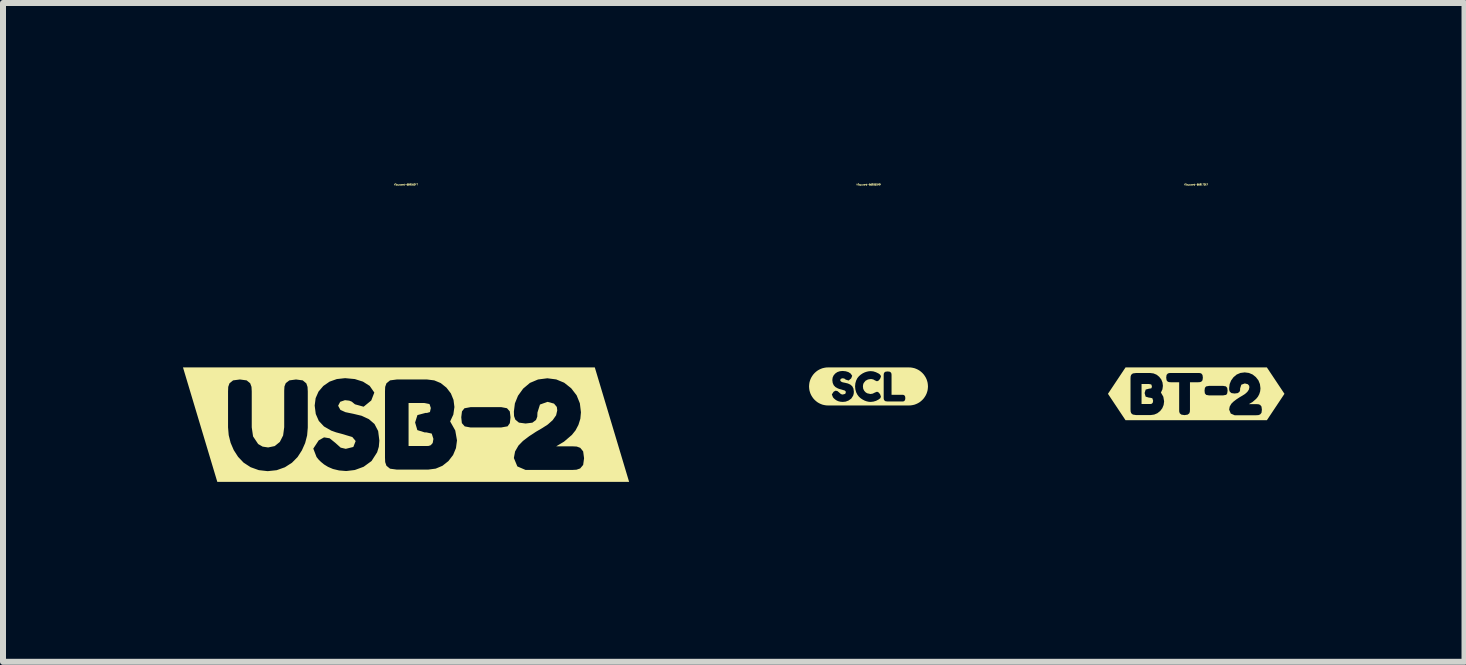
<source format=kicad_pcb>
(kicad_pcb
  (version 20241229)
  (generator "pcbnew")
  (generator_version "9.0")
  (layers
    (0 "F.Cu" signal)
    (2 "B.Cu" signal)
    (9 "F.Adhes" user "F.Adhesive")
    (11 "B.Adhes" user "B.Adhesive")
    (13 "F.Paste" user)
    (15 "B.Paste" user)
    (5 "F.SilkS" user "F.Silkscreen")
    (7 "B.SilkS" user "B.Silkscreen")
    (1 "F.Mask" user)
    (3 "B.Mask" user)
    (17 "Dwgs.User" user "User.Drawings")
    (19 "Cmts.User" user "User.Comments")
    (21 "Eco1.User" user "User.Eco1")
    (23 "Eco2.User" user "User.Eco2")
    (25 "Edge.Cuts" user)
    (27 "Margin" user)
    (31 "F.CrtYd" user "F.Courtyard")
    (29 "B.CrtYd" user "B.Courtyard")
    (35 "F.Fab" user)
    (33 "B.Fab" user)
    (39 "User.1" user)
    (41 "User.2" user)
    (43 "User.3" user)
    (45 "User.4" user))
  (footprint "kibuzzard-669170EF"
    (layer "F.Cu")
    (at 16.888 3.514)
    (property "Reference" "kibuzzard-669170EF" (at 0 -3.488 0) (layer "F.SilkS") (effects (font (size 0.025 0.025) (thickness 0.15))))
    (attr board_only exclude_from_pos_files exclude_from_bom)
    (fp_poly (pts (xy -0.911 0.17) (xy -0.768 0.17) (xy -0.754 0.169) (xy -0.739 0.164) (xy -0.724 0.147) (xy -0.718 0.115) (xy -0.731 0.074) (xy -0.773 0.064) (xy -0.786 0.064) (xy -0.843 0.047) (xy -0.86 -0.013) (xy -0.842 -0.071) (xy -0.781 -0.087) (xy -0.769 -0.087) (xy -0.745 -0.094) (xy -0.738 -0.125) (xy -0.749 -0.156) (xy -0.79 -0.164) (xy -0.911 -0.164) (xy -0.911 0.17)) (stroke (width 0) (type solid)) (fill yes) (layer "F.SilkS"))
    (fp_poly (pts (xy -1.095 -0.44) (xy -1.178 -0.44) (xy -1.471 0) (xy -1.178 0.44) (xy -1.095 0.44) (xy -1.003 0.44) (xy -1.003 0.354) (xy -1.056 0.346) (xy -1.084 0.323) (xy -1.093 0.295) (xy -1.095 0.26) (xy -1.095 -0.256) (xy -1.093 -0.29) (xy -1.084 -0.317) (xy -1.056 -0.34) (xy -1.002 -0.347) (xy -0.768 -0.347) (xy -0.712 -0.34) (xy -0.661 -0.319) (xy -0.617 -0.284) (xy -0.582 -0.239) (xy -0.562 -0.189) (xy -0.555 -0.133) (xy -0.563 -0.075) (xy -0.588 -0.021) (xy -0.548 0.049) (xy -0.535 0.126) (xy -0.543 0.186) (xy -0.565 0.24) (xy -0.601 0.287) (xy -0.648 0.324) (xy -0.7 0.346) (xy -0.758 0.354) (xy -1.003 0.354) (xy -1.003 0.44) (xy -0.195 0.44) (xy -0.195 0.355) (xy -0.247 0.347) (xy -0.274 0.325) (xy -0.283 0.298) (xy -0.284 0.264) (xy -0.284 -0.193) (xy -0.424 -0.193) (xy -0.452 -0.195) (xy -0.475 -0.203) (xy -0.494 -0.226) (xy -0.5 -0.271) (xy -0.494 -0.315) (xy -0.474 -0.338) (xy -0.451 -0.346) (xy -0.423 -0.347) (xy 0.035 -0.347) (xy 0.064 -0.346) (xy 0.086 -0.338) (xy 0.105 -0.314) (xy 0.111 -0.27) (xy 0.105 -0.226) (xy 0.086 -0.203) (xy 0.063 -0.195) (xy 0.034 -0.193) (xy -0.104 -0.193) (xy -0.104 0.265) (xy -0.106 0.299) (xy -0.115 0.325) (xy -0.143 0.347) (xy -0.195 0.355) (xy -0.195 0.44) (xy 0.45 0.44) (xy 0.45 0.026) (xy 0.211 0.026) (xy 0.166 0.018) (xy 0.144 -0.008) (xy 0.139 -0.054) (xy 0.145 -0.099) (xy 0.164 -0.123) (xy 0.212 -0.132) (xy 0.451 -0.132) (xy 0.495 -0.124) (xy 0.517 -0.099) (xy 0.523 -0.053) (xy 0.517 -0.008) (xy 0.5 0.017) (xy 0.45 0.026) (xy 0.45 0.44) (xy 0.64 0.44) (xy 0.64 0.357) (xy 0.576 0.329) (xy 0.549 0.263) (xy 0.558 0.213) (xy 0.585 0.166) (xy 0.62 0.131) (xy 0.668 0.094) (xy 0.721 0.059) (xy 0.769 0.031) (xy 0.813 0.003) (xy 0.851 -0.031) (xy 0.877 -0.069) (xy 0.886 -0.107) (xy 0.883 -0.134) (xy 0.861 -0.16) (xy 0.81 -0.173) (xy 0.752 -0.152) (xy 0.732 -0.09) (xy 0.731 -0.058) (xy 0.721 -0.033) (xy 0.693 -0.012) (xy 0.64 -0.005) (xy 0.588 -0.012) (xy 0.56 -0.035) (xy 0.55 -0.063) (xy 0.549 -0.097) (xy 0.557 -0.161) (xy 0.581 -0.221) (xy 0.621 -0.276) (xy 0.674 -0.321) (xy 0.737 -0.348) (xy 0.809 -0.357) (xy 0.878 -0.348) (xy 0.94 -0.322) (xy 0.994 -0.279) (xy 1.037 -0.224) (xy 1.062 -0.162) (xy 1.071 -0.092) (xy 1.066 -0.042) (xy 1.051 0.006) (xy 1.028 0.049) (xy 0.999 0.084) (xy 0.938 0.137) (xy 0.878 0.172) (xy 1.003 0.172) (xy 1.038 0.174) (xy 1.065 0.184) (xy 1.088 0.212) (xy 1.095 0.265) (xy 1.088 0.317) (xy 1.065 0.344) (xy 1.036 0.355) (xy 1.001 0.357) (xy 0.64 0.357) (xy 0.64 0.44) (xy 1.095 0.44) (xy 1.178 0.44) (xy 1.471 0) (xy 1.178 -0.44) (xy 1.095 -0.44) (xy -1.095 -0.44)) (stroke (width 0) (type solid)) (fill yes) (layer "F.SilkS")))
  (footprint "kibuzzard-66916DF7"
    (layer "F.Cu")
    (at 3.718 4.028)
    (property "Reference" "kibuzzard-66916DF7" (at 0 -4.002 0) (layer "F.SilkS") (effects (font (size 0.025 0.025) (thickness 0.15))))
    (attr board_only exclude_from_pos_files exclude_from_bom)
    (fp_poly (pts (xy 0.042 0.356) (xy 0.349 0.356) (xy 0.379 0.354) (xy 0.412 0.342) (xy 0.444 0.306) (xy 0.456 0.238) (xy 0.428 0.149) (xy 0.338 0.129) (xy 0.31 0.129) (xy 0.188 0.091) (xy 0.151 -0.036) (xy 0.19 -0.16) (xy 0.321 -0.195) (xy 0.347 -0.195) (xy 0.398 -0.21) (xy 0.413 -0.277) (xy 0.391 -0.343) (xy 0.302 -0.361) (xy 0.042 -0.361) (xy 0.042 0.356)) (stroke (width 0) (type solid)) (fill yes) (layer "F.SilkS"))
    (fp_poly (pts (xy -2.967 -0.954) (xy -3.146 -0.954) (xy -3.718 -0.954) (xy -3.146 0.954) (xy -2.967 0.954) (xy -2.306 0.954) (xy -2.306 0.775) (xy -2.455 0.758) (xy -2.591 0.709) (xy -2.708 0.633) (xy -2.8 0.536) (xy -2.872 0.424) (xy -2.924 0.303) (xy -2.956 0.175) (xy -2.967 0.045) (xy -2.967 -0.556) (xy -2.964 -0.63) (xy -2.943 -0.689) (xy -2.883 -0.738) (xy -2.769 -0.753) (xy -2.657 -0.738) (xy -2.598 -0.69) (xy -2.576 -0.63) (xy -2.572 -0.554) (xy -2.572 0.045) (xy -2.55 0.196) (xy -2.465 0.323) (xy -2.391 0.366) (xy -2.299 0.38) (xy -2.189 0.357) (xy -2.104 0.288) (xy -2.049 0.18) (xy -2.031 0.043) (xy -2.031 -0.567) (xy -2.027 -0.636) (xy -2.005 -0.692) (xy -1.945 -0.738) (xy -1.834 -0.753) (xy -1.722 -0.738) (xy -1.662 -0.688) (xy -1.642 -0.628) (xy -1.638 -0.554) (xy -1.638 0.049) (xy -1.649 0.179) (xy -1.682 0.307) (xy -1.736 0.428) (xy -1.808 0.54) (xy -1.902 0.635) (xy -2.019 0.71) (xy -2.156 0.759) (xy -2.306 0.775) (xy -2.306 0.954) (xy -0.997 0.954) (xy -0.997 0.773) (xy -1.117 0.763) (xy -1.218 0.739) (xy -1.3 0.704) (xy -1.367 0.663) (xy -1.418 0.621) (xy -1.456 0.584) (xy -1.48 0.554) (xy -1.492 0.539) (xy -1.546 0.399) (xy -1.456 0.262) (xy -1.367 0.212) (xy -1.274 0.227) (xy -1.177 0.305) (xy -1.09 0.383) (xy -1.005 0.403) (xy -0.879 0.372) (xy -0.84 0.273) (xy -0.896 0.206) (xy -1.064 0.156) (xy -1.167 0.128) (xy -1.248 0.099) (xy -1.368 0.03) (xy -1.454 -0.062) (xy -1.505 -0.178) (xy -1.523 -0.318) (xy -1.507 -0.442) (xy -1.459 -0.551) (xy -1.379 -0.645) (xy -1.275 -0.717) (xy -1.154 -0.76) (xy -1.016 -0.775) (xy -0.854 -0.76) (xy -0.718 -0.717) (xy -0.606 -0.646) (xy -0.529 -0.535) (xy -0.58 -0.403) (xy -0.707 -0.299) (xy -0.851 -0.339) (xy -0.876 -0.359) (xy -0.906 -0.384) (xy -0.947 -0.4) (xy -1.018 -0.408) (xy -1.098 -0.381) (xy -1.132 -0.315) (xy -1.094 -0.246) (xy -1.01 -0.208) (xy -0.879 -0.181) (xy -0.741 -0.148) (xy -0.62 -0.092) (xy -0.526 -0.011) (xy -0.465 0.106) (xy -0.445 0.266) (xy -0.454 0.369) (xy -0.482 0.461) (xy -0.575 0.606) (xy -0.707 0.702) (xy -0.854 0.756) (xy -0.997 0.773) (xy -0.997 0.954) (xy -0.156 0.954) (xy -0.156 0.749) (xy -0.267 0.734) (xy -0.327 0.685) (xy -0.348 0.624) (xy -0.351 0.549) (xy -0.351 -0.558) (xy -0.348 -0.63) (xy -0.327 -0.689) (xy -0.267 -0.738) (xy -0.153 -0.753) (xy 0.349 -0.753) (xy 0.47 -0.738) (xy 0.578 -0.693) (xy 0.673 -0.617) (xy 0.747 -0.521) (xy 0.791 -0.413) (xy 0.806 -0.294) (xy 0.788 -0.168) (xy 0.735 -0.054) (xy 0.82 0.097) (xy 0.849 0.262) (xy 0.832 0.391) (xy 0.784 0.506) (xy 0.706 0.607) (xy 0.606 0.686) (xy 0.494 0.733) (xy 0.37 0.749) (xy -0.156 0.749) (xy -0.156 0.954) (xy 1.585 0.954) (xy 1.585 0.047) (xy 1.074 0.047) (xy 0.978 0.029) (xy 0.93 -0.026) (xy 0.92 -0.124) (xy 0.932 -0.221) (xy 0.973 -0.273) (xy 1.076 -0.292) (xy 1.587 -0.292) (xy 1.682 -0.274) (xy 1.729 -0.221) (xy 1.741 -0.122) (xy 1.73 -0.025) (xy 1.692 0.028) (xy 1.585 0.047) (xy 1.585 0.954) (xy 1.992 0.954) (xy 1.992 0.755) (xy 1.855 0.696) (xy 1.797 0.556) (xy 1.817 0.447) (xy 1.874 0.348) (xy 1.949 0.271) (xy 2.053 0.192) (xy 2.166 0.118) (xy 2.269 0.058) (xy 2.362 -0.002) (xy 2.444 -0.075) (xy 2.501 -0.156) (xy 2.52 -0.238) (xy 2.513 -0.295) (xy 2.466 -0.351) (xy 2.357 -0.38) (xy 2.232 -0.335) (xy 2.19 -0.202) (xy 2.187 -0.133) (xy 2.166 -0.078) (xy 2.106 -0.033) (xy 1.992 -0.019) (xy 1.881 -0.034) (xy 1.821 -0.084) (xy 1.8 -0.143) (xy 1.797 -0.217) (xy 1.814 -0.354) (xy 1.866 -0.482) (xy 1.952 -0.601) (xy 2.065 -0.696) (xy 2.2 -0.753) (xy 2.355 -0.773) (xy 2.503 -0.754) (xy 2.636 -0.699) (xy 2.752 -0.607) (xy 2.843 -0.489) (xy 2.897 -0.356) (xy 2.915 -0.206) (xy 2.905 -0.098) (xy 2.873 0.004) (xy 2.825 0.095) (xy 2.763 0.172) (xy 2.632 0.284) (xy 2.503 0.361) (xy 2.771 0.361) (xy 2.845 0.365) (xy 2.903 0.386) (xy 2.952 0.446) (xy 2.967 0.56) (xy 2.952 0.671) (xy 2.902 0.73) (xy 2.841 0.751) (xy 2.767 0.755) (xy 1.992 0.755) (xy 1.992 0.954) (xy 2.967 0.954) (xy 3.146 0.954) (xy 3.718 0.954) (xy 3.146 -0.954) (xy 2.967 -0.954) (xy -2.967 -0.954)) (stroke (width 0) (type solid)) (fill yes) (layer "F.SilkS")))
  (footprint "kibuzzard-66935DA9"
    (layer "F.Cu")
    (at 11.426 3.391)
    (property "Reference" "kibuzzard-66935DA9" (at 0 -3.365 180) (layer "F.SilkS") (effects (font (size 0.025 0.025) (thickness 0.15))))
    (attr board_only exclude_from_pos_files exclude_from_bom)
    (fp_poly (pts (xy -0.614 -0.317) (xy -0.673 -0.317) (xy -0.704 -0.316) (xy -0.735 -0.311) (xy -0.766 -0.304) (xy -0.795 -0.293) (xy -0.823 -0.28) (xy -0.85 -0.264) (xy -0.875 -0.245) (xy -0.898 -0.224) (xy -0.919 -0.201) (xy -0.937 -0.176) (xy -0.953 -0.15) (xy -0.967 -0.121) (xy -0.977 -0.092) (xy -0.985 -0.062) (xy -0.989 -0.031) (xy -0.991 0) (xy -0.989 0.031) (xy -0.985 0.062) (xy -0.977 0.092) (xy -0.967 0.121) (xy -0.953 0.15) (xy -0.937 0.176) (xy -0.919 0.201) (xy -0.898 0.224) (xy -0.875 0.245) (xy -0.85 0.264) (xy -0.823 0.28) (xy -0.795 0.293) (xy -0.766 0.304) (xy -0.735 0.311) (xy -0.704 0.316) (xy -0.673 0.317) (xy -0.614 0.317) (xy -0.428 0.317) (xy -0.428 0.258) (xy -0.468 0.255) (xy -0.501 0.247) (xy -0.529 0.235) (xy -0.551 0.221) (xy -0.568 0.207) (xy -0.581 0.195) (xy -0.589 0.185) (xy -0.593 0.18) (xy -0.611 0.133) (xy -0.581 0.088) (xy -0.551 0.071) (xy -0.52 0.076) (xy -0.488 0.102) (xy -0.459 0.128) (xy -0.431 0.135) (xy -0.388 0.124) (xy -0.376 0.091) (xy -0.394 0.069) (xy -0.45 0.052) (xy -0.484 0.043) (xy -0.511 0.033) (xy -0.552 0.01) (xy -0.58 -0.02) (xy -0.597 -0.059) (xy -0.603 -0.106) (xy -0.598 -0.147) (xy -0.582 -0.183) (xy -0.555 -0.215) (xy -0.52 -0.239) (xy -0.48 -0.253) (xy -0.434 -0.258) (xy -0.38 -0.253) (xy -0.335 -0.239) (xy -0.298 -0.215) (xy -0.272 -0.178) (xy -0.289 -0.134) (xy -0.331 -0.099) (xy -0.379 -0.113) (xy -0.387 -0.119) (xy -0.397 -0.128) (xy -0.411 -0.133) (xy -0.435 -0.136) (xy -0.461 -0.127) (xy -0.473 -0.105) (xy -0.46 -0.082) (xy -0.432 -0.069) (xy -0.388 -0.06) (xy -0.343 -0.049) (xy -0.302 -0.03) (xy -0.271 -0.003) (xy -0.251 0.036) (xy -0.244 0.089) (xy -0.247 0.123) (xy -0.256 0.154) (xy -0.287 0.202) (xy -0.331 0.234) (xy -0.38 0.253) (xy -0.428 0.258) (xy -0.428 0.317) (xy 0.035 0.317) (xy 0.035 0.258) (xy 0.005 0.256) (xy -0.028 0.249) (xy -0.061 0.238) (xy -0.096 0.22) (xy -0.13 0.198) (xy -0.16 0.171) (xy -0.185 0.138) (xy -0.206 0.097) (xy -0.219 0.05) (xy -0.224 -0.003) (xy -0.219 -0.053) (xy -0.206 -0.098) (xy -0.186 -0.138) (xy -0.16 -0.17) (xy -0.13 -0.196) (xy -0.097 -0.218) (xy -0.062 -0.235) (xy -0.028 -0.246) (xy 0.006 -0.253) (xy 0.037 -0.255) (xy 0.08 -0.251) (xy 0.124 -0.237) (xy 0.169 -0.215) (xy 0.188 -0.201) (xy 0.201 -0.186) (xy 0.208 -0.165) (xy 0.192 -0.125) (xy 0.166 -0.096) (xy 0.141 -0.086) (xy 0.102 -0.103) (xy 0.098 -0.106) (xy 0.092 -0.11) (xy 0.085 -0.114) (xy 0.075 -0.117) (xy 0.064 -0.12) (xy 0.049 -0.123) (xy 0.032 -0.123) (xy -0.009 -0.116) (xy -0.049 -0.095) (xy -0.081 -0.056) (xy -0.09 -0.029) (xy -0.093 0.001) (xy -0.088 0.04) (xy -0.071 0.073) (xy -0.048 0.098) (xy -0.022 0.114) (xy 0.032 0.126) (xy 0.07 0.12) (xy 0.106 0.102) (xy 0.142 0.088) (xy 0.166 0.098) (xy 0.192 0.128) (xy 0.207 0.17) (xy 0.197 0.196) (xy 0.168 0.218) (xy 0.126 0.24) (xy 0.081 0.253) (xy 0.035 0.258) (xy 0.035 0.317) (xy 0.318 0.317) (xy 0.318 0.251) (xy 0.281 0.246) (xy 0.261 0.229) (xy 0.254 0.21) (xy 0.253 0.185) (xy 0.253 -0.185) (xy 0.254 -0.209) (xy 0.261 -0.229) (xy 0.281 -0.245) (xy 0.319 -0.25) (xy 0.356 -0.245) (xy 0.376 -0.229) (xy 0.383 -0.209) (xy 0.384 -0.184) (xy 0.384 0.139) (xy 0.559 0.139) (xy 0.579 0.14) (xy 0.595 0.146) (xy 0.609 0.163) (xy 0.614 0.195) (xy 0.609 0.226) (xy 0.595 0.244) (xy 0.578 0.25) (xy 0.558 0.251) (xy 0.318 0.251) (xy 0.318 0.317) (xy 0.614 0.317) (xy 0.673 0.317) (xy 0.704 0.316) (xy 0.735 0.311) (xy 0.766 0.304) (xy 0.795 0.293) (xy 0.823 0.28) (xy 0.85 0.264) (xy 0.875 0.245) (xy 0.898 0.224) (xy 0.919 0.201) (xy 0.937 0.176) (xy 0.953 0.15) (xy 0.967 0.121) (xy 0.977 0.092) (xy 0.985 0.062) (xy 0.989 0.031) (xy 0.991 0) (xy 0.989 -0.031) (xy 0.985 -0.062) (xy 0.977 -0.092) (xy 0.967 -0.121) (xy 0.953 -0.15) (xy 0.937 -0.176) (xy 0.919 -0.201) (xy 0.898 -0.224) (xy 0.875 -0.245) (xy 0.85 -0.264) (xy 0.823 -0.28) (xy 0.795 -0.293) (xy 0.766 -0.304) (xy 0.735 -0.311) (xy 0.704 -0.316) (xy 0.673 -0.317) (xy 0.614 -0.317) (xy -0.614 -0.317)) (stroke (width 0) (type solid)) (fill yes) (layer "F.SilkS")))
  (gr_rect
    (start -3 -3)
    (end 21.36 7.981)
    (stroke (width 0.1) (type default))
    (fill no)
    (layer "Edge.Cuts")))
</source>
